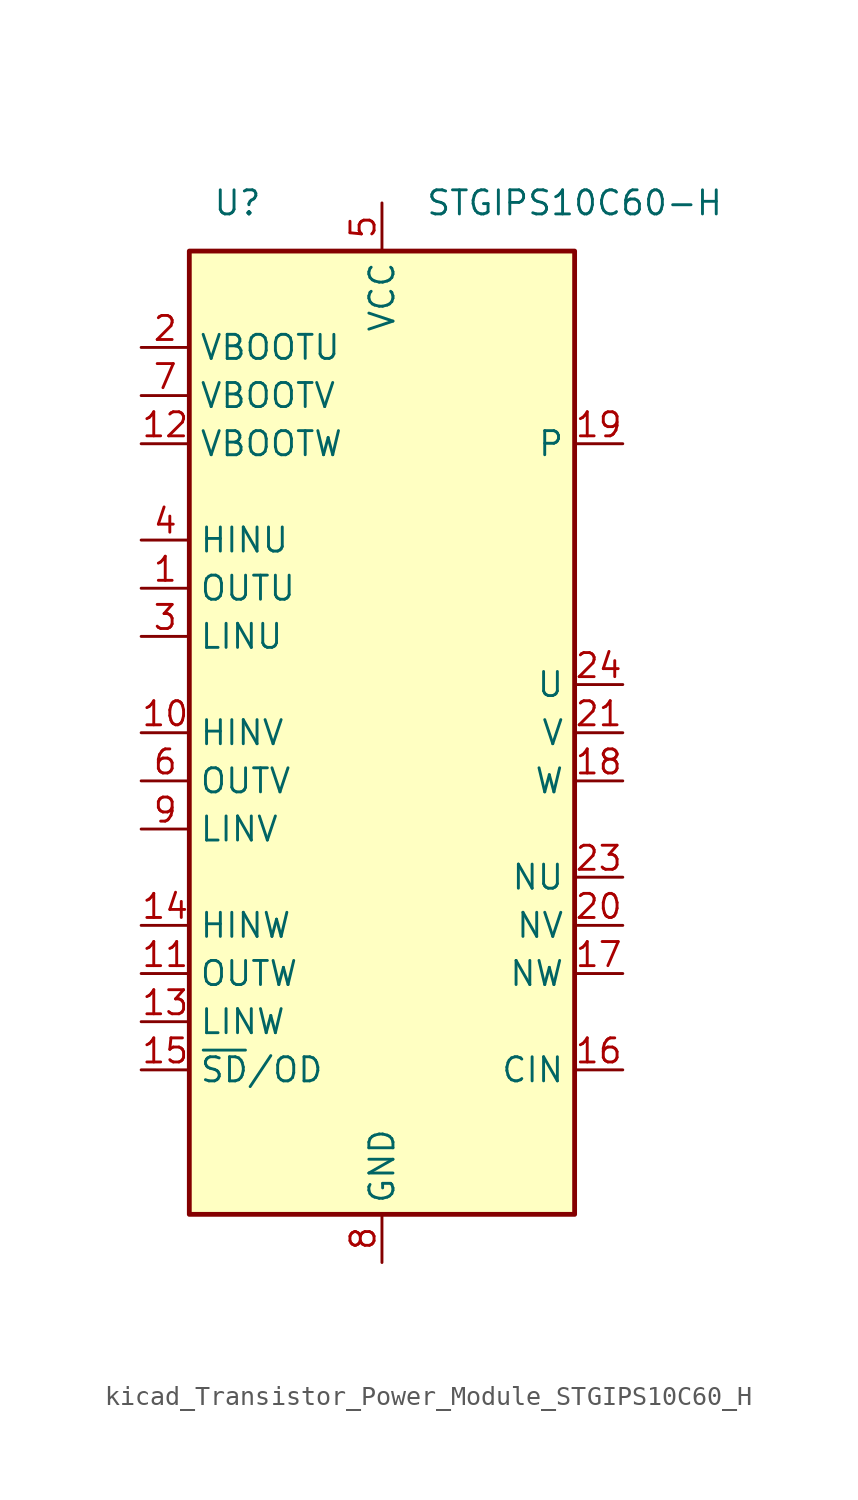
<source format=kicad_sym>
(kicad_symbol_lib
  (version 20220914)
  (generator kicad_symbol_editor)
  (symbol "kicad_Transistor_Power_Module_STGIPS10C60_H"
    (property "Reference" "U"
      (at -7.62 27.94 0)
      (effects (font (size 1.27 1.27))))
    (property "Value" "STGIPS10C60-H"
      (at 10.16 27.94 0)
      (effects (font (size 1.27 1.27))))
    (symbol "kicad_Transistor_Power_Module_STGIPS10C60_H_1_1"
      (rectangle (start -10.16 25.4) (end 10.16 -25.4) (stroke (width 0.254) (type default)) (fill (type background)))
      (pin output line (at -12.7 7.62 0) (length 2.54) (name "OUTU" (effects (font (size 1.27 1.27)))) (number "1" (effects (font (size 1.27 1.27)))))
      (pin input line (at -12.7 0 0) (length 2.54) (name "HINV" (effects (font (size 1.27 1.27)))) (number "10" (effects (font (size 1.27 1.27)))))
      (pin output line (at -12.7 -12.7 0) (length 2.54) (name "OUTW" (effects (font (size 1.27 1.27)))) (number "11" (effects (font (size 1.27 1.27)))))
      (pin passive line (at -12.7 15.24 0) (length 2.54) (name "VBOOTW" (effects (font (size 1.27 1.27)))) (number "12" (effects (font (size 1.27 1.27)))))
      (pin input line (at -12.7 -15.24 0) (length 2.54) (name "LINW" (effects (font (size 1.27 1.27)))) (number "13" (effects (font (size 1.27 1.27)))))
      (pin input line (at -12.7 -10.16 0) (length 2.54) (name "HINW" (effects (font (size 1.27 1.27)))) (number "14" (effects (font (size 1.27 1.27)))))
      (pin input line (at -12.7 -17.78 0) (length 2.54) (name "~{SD}/OD" (effects (font (size 1.27 1.27)))) (number "15" (effects (font (size 1.27 1.27)))))
      (pin input line (at 12.7 -17.78 180) (length 2.54) (name "CIN" (effects (font (size 1.27 1.27)))) (number "16" (effects (font (size 1.27 1.27)))))
      (pin passive line (at 12.7 -12.7 180) (length 2.54) (name "NW" (effects (font (size 1.27 1.27)))) (number "17" (effects (font (size 1.27 1.27)))))
      (pin passive line (at 12.7 -2.54 180) (length 2.54) (name "W" (effects (font (size 1.27 1.27)))) (number "18" (effects (font (size 1.27 1.27)))))
      (pin passive line (at 12.7 15.24 180) (length 2.54) (name "P" (effects (font (size 1.27 1.27)))) (number "19" (effects (font (size 1.27 1.27)))))
      (pin passive line (at -12.7 20.32 0) (length 2.54) (name "VBOOTU" (effects (font (size 1.27 1.27)))) (number "2" (effects (font (size 1.27 1.27)))))
      (pin passive line (at 12.7 -10.16 180) (length 2.54) (name "NV" (effects (font (size 1.27 1.27)))) (number "20" (effects (font (size 1.27 1.27)))))
      (pin passive line (at 12.7 0 180) (length 2.54) (name "V" (effects (font (size 1.27 1.27)))) (number "21" (effects (font (size 1.27 1.27)))))
      (pin passive line (at 12.7 15.24 180) (length 2.54) hide (name "P" (effects (font (size 1.27 1.27)))) (number "22" (effects (font (size 1.27 1.27)))))
      (pin passive line (at 12.7 -7.62 180) (length 2.54) (name "NU" (effects (font (size 1.27 1.27)))) (number "23" (effects (font (size 1.27 1.27)))))
      (pin passive line (at 12.7 2.54 180) (length 2.54) (name "U" (effects (font (size 1.27 1.27)))) (number "24" (effects (font (size 1.27 1.27)))))
      (pin passive line (at 12.7 15.24 180) (length 2.54) hide (name "P" (effects (font (size 1.27 1.27)))) (number "25" (effects (font (size 1.27 1.27)))))
      (pin input line (at -12.7 5.08 0) (length 2.54) (name "LINU" (effects (font (size 1.27 1.27)))) (number "3" (effects (font (size 1.27 1.27)))))
      (pin input line (at -12.7 10.16 0) (length 2.54) (name "HINU" (effects (font (size 1.27 1.27)))) (number "4" (effects (font (size 1.27 1.27)))))
      (pin power_in line (at 0 27.94 270) (length 2.54) (name "VCC" (effects (font (size 1.27 1.27)))) (number "5" (effects (font (size 1.27 1.27)))))
      (pin output line (at -12.7 -2.54 0) (length 2.54) (name "OUTV" (effects (font (size 1.27 1.27)))) (number "6" (effects (font (size 1.27 1.27)))))
      (pin passive line (at -12.7 17.78 0) (length 2.54) (name "VBOOTV" (effects (font (size 1.27 1.27)))) (number "7" (effects (font (size 1.27 1.27)))))
      (pin power_in line (at 0 -27.94 90) (length 2.54) (name "GND" (effects (font (size 1.27 1.27)))) (number "8" (effects (font (size 1.27 1.27)))))
      (pin input line (at -12.7 -5.08 0) (length 2.54) (name "LINV" (effects (font (size 1.27 1.27)))) (number "9" (effects (font (size 1.27 1.27))))))))
</source>
